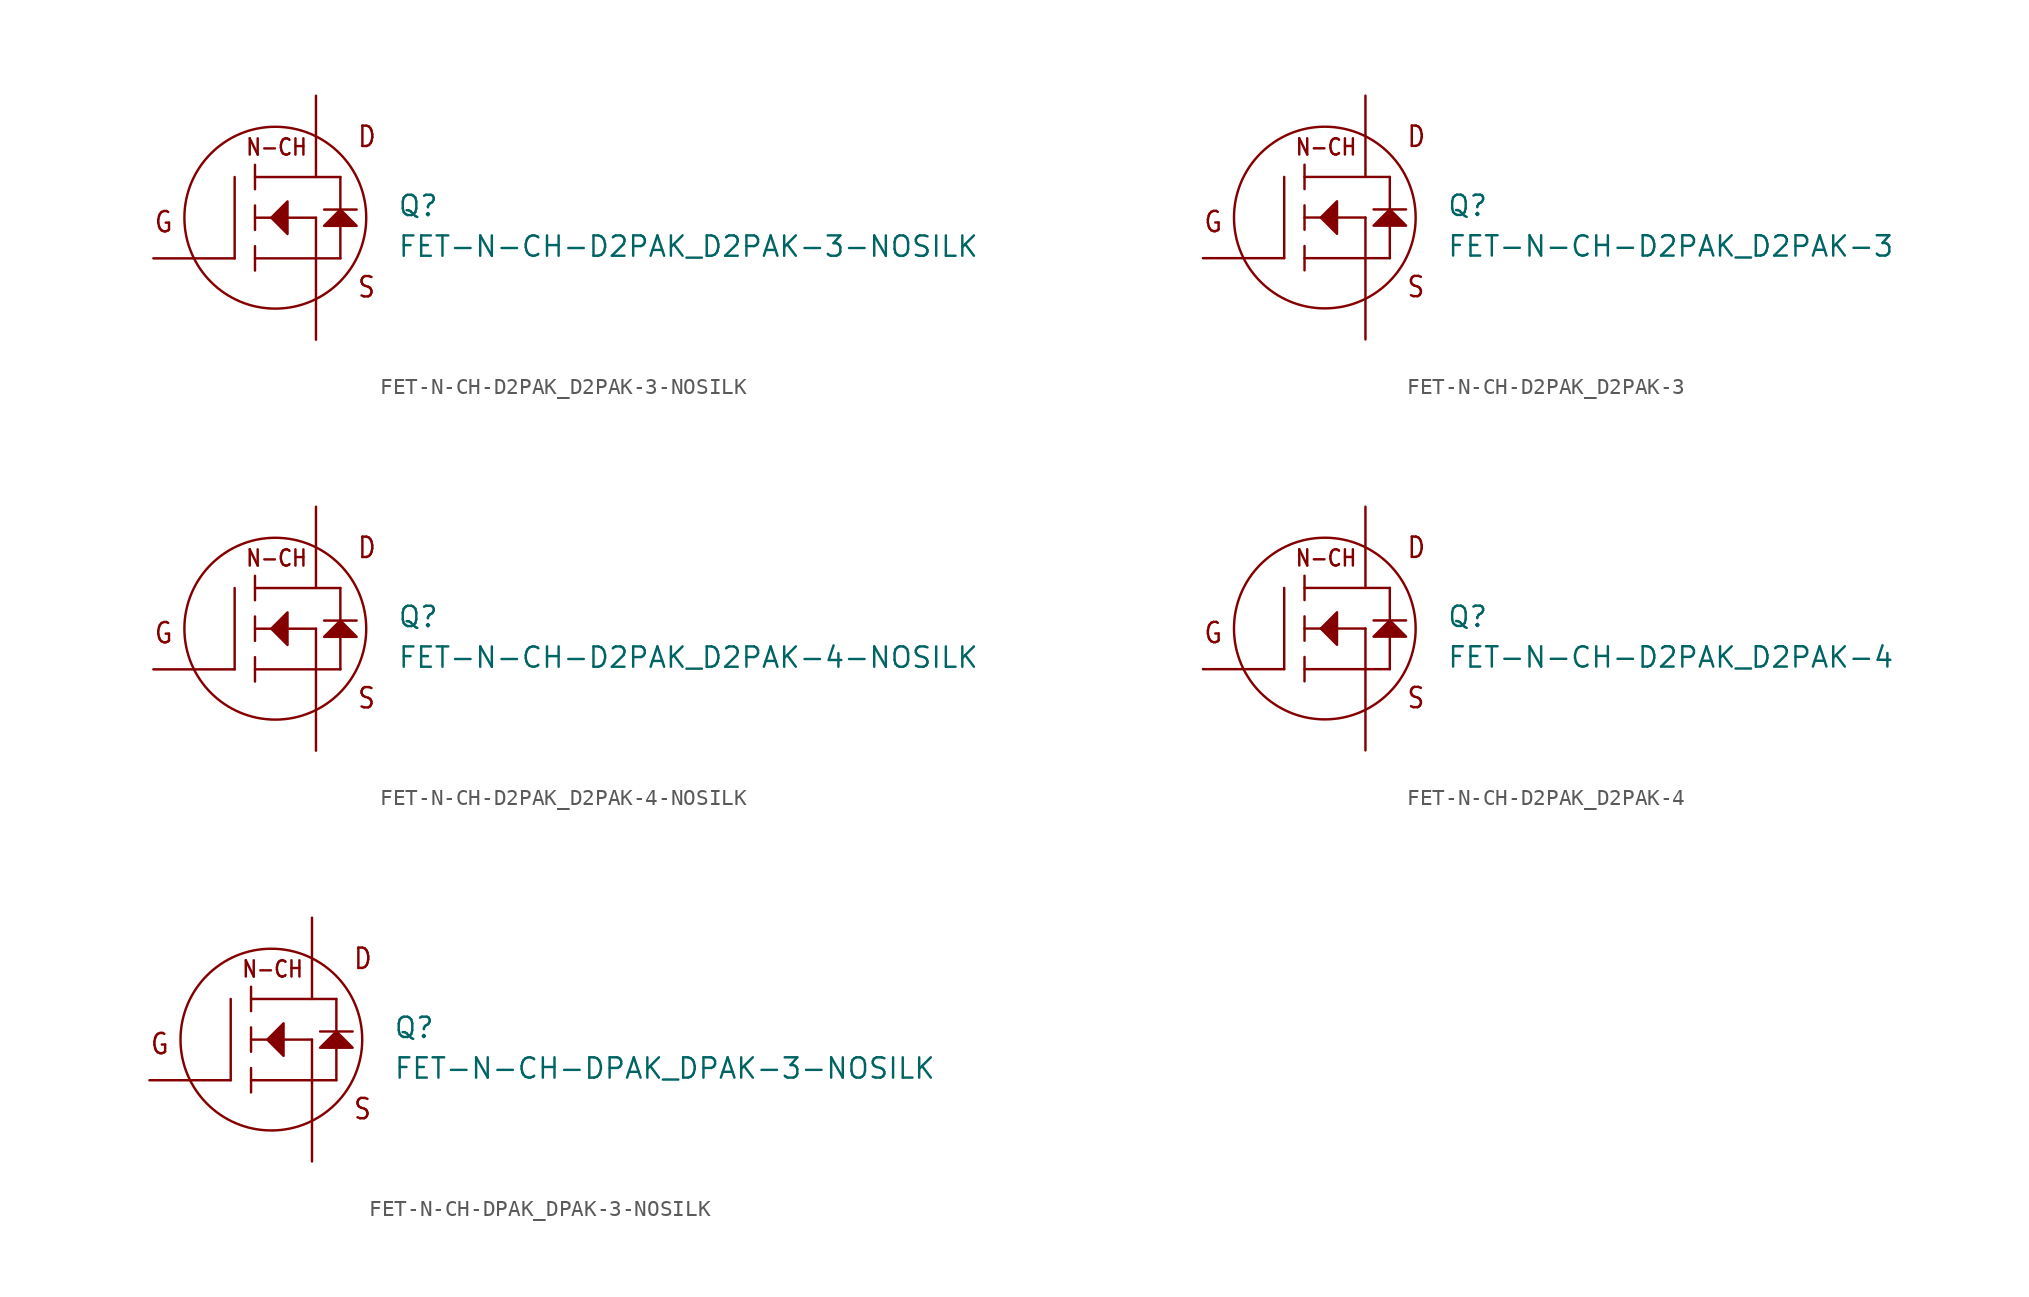
<source format=kicad_sym>
(kicad_symbol_lib
  (version 20211014)
  (generator kicad_symbol_editor)
  (symbol "FET-N-CH-D2PAK_D2PAK-3-NOSILK"
    (pin_numbers hide)
    (pin_names hide)
    (property "Reference" "Q"
      (at 7.62 0 0)
      (effects (font (size 1.27 1.27)) (justify left bottom)))
    (property "Value" "FET-N-CH-D2PAK_D2PAK-3-NOSILK"
      (at 7.62 -2.54 0)
      (effects (font (size 1.27 1.27)) (justify left bottom)))
    (property "Datasheet" ""
      (at 0 0 0))
    (property "ki_fp_filters" "FlashPCB_Transistors:D2PAK_TO-263-3_NOSILK"
      (at 0 0 0))
    (symbol "FET-N-CH-D2PAK_D2PAK-3-NOSILK_1_1"
      (text "G" (at -7.62 -1.016 0) (effects (font (size 1.27 1.086)) (justify left bottom)))
      (text "D" (at 5.08 4.318 0) (effects (font (size 1.27 1.086)) (justify left bottom)))
      (text "S" (at 5.08 -5.08 0) (effects (font (size 1.27 1.086)) (justify left bottom)))
      (text "N-CH" (at -1.905 3.81 0) (effects (font (size 1.016 0.869)) (justify left bottom)))
      (polyline (pts (xy -0.254 0) (xy 0.762 1.016) (xy 0.762 -1.016) (xy -0.254 0)) (stroke (width 0.152) (type default)) (fill (type outline)))
      (polyline (pts (xy 3.048 -0.508) (xy 5.08 -0.508) (xy 4.064 0.508) (xy 3.048 -0.508)) (stroke (width 0.152) (type default)) (fill (type outline)))
      (polyline (pts (xy -2.54 -2.54) (xy -2.54 2.54)) (stroke (width 0.152)) (fill (type none)))
      (polyline (pts (xy 2.54 -2.54) (xy -1.27 -2.54)) (stroke (width 0.152)) (fill (type none)))
      (polyline (pts (xy 2.54 -2.54) (xy 2.54 0)) (stroke (width 0.152)) (fill (type none)))
      (polyline (pts (xy 2.54 0) (xy -1.27 0)) (stroke (width 0.152)) (fill (type none)))
      (polyline (pts (xy 4.064 2.54) (xy -1.27 2.54)) (stroke (width 0.152)) (fill (type none)))
      (polyline (pts (xy -1.27 3.302) (xy -1.27 1.778)) (stroke (width 0.152)) (fill (type none)))
      (polyline (pts (xy -1.27 0.762) (xy -1.27 -0.762)) (stroke (width 0.152)) (fill (type none)))
      (polyline (pts (xy -1.27 -1.778) (xy -1.27 -3.302)) (stroke (width 0.152)) (fill (type none)))
      (polyline (pts (xy 2.54 -2.54) (xy 4.064 -2.54)) (stroke (width 0.152)) (fill (type none)))
      (polyline (pts (xy 4.064 -2.54) (xy 4.064 2.54)) (stroke (width 0.152)) (fill (type none)))
      (polyline (pts (xy 3.048 0.508) (xy 5.08 0.508)) (stroke (width 0.152)) (fill (type none)))
      (circle (center 0 0) (radius 5.68) (stroke (width 0.152) (type default)) (fill (type none)))
      (pin bidirectional line (at -7.62 -2.54 0) (length 5.08) (name "GATE" (effects (font (size 0 0)))) (number "1" (effects (font (size 0 0)))))
      (pin bidirectional line (at 2.54 -7.62 90) (length 5.08) (name "SOURCE" (effects (font (size 0 0)))) (number "3" (effects (font (size 0 0)))))
      (pin bidirectional line (at 2.54 7.62 270) (length 5.08) (name "DRAIN" (effects (font (size 0 0)))) (number "4" (effects (font (size 0 0)))))))
  (symbol "FET-N-CH-D2PAK_D2PAK-3"
    (pin_numbers hide)
    (pin_names hide)
    (property "Reference" "Q"
      (at 7.62 0 0)
      (effects (font (size 1.27 1.27)) (justify left bottom)))
    (property "Value" "FET-N-CH-D2PAK_D2PAK-3"
      (at 7.62 -2.54 0)
      (effects (font (size 1.27 1.27)) (justify left bottom)))
    (property "Datasheet" ""
      (at 0 0 0))
    (property "ki_fp_filters" "FlashPCB_Transistors:D2PAK_TO-263-3"
      (at 0 0 0))
    (symbol "FET-N-CH-D2PAK_D2PAK-3_1_1"
      (text "G" (at -7.62 -1.016 0) (effects (font (size 1.27 1.086)) (justify left bottom)))
      (text "D" (at 5.08 4.318 0) (effects (font (size 1.27 1.086)) (justify left bottom)))
      (text "S" (at 5.08 -5.08 0) (effects (font (size 1.27 1.086)) (justify left bottom)))
      (text "N-CH" (at -1.905 3.81 0) (effects (font (size 1.016 0.869)) (justify left bottom)))
      (polyline (pts (xy -0.254 0) (xy 0.762 1.016) (xy 0.762 -1.016) (xy -0.254 0)) (stroke (width 0.152) (type default)) (fill (type outline)))
      (polyline (pts (xy 3.048 -0.508) (xy 5.08 -0.508) (xy 4.064 0.508) (xy 3.048 -0.508)) (stroke (width 0.152) (type default)) (fill (type outline)))
      (polyline (pts (xy -2.54 -2.54) (xy -2.54 2.54)) (stroke (width 0.152)) (fill (type none)))
      (polyline (pts (xy 2.54 -2.54) (xy -1.27 -2.54)) (stroke (width 0.152)) (fill (type none)))
      (polyline (pts (xy 2.54 -2.54) (xy 2.54 0)) (stroke (width 0.152)) (fill (type none)))
      (polyline (pts (xy 2.54 0) (xy -1.27 0)) (stroke (width 0.152)) (fill (type none)))
      (polyline (pts (xy 4.064 2.54) (xy -1.27 2.54)) (stroke (width 0.152)) (fill (type none)))
      (polyline (pts (xy -1.27 3.302) (xy -1.27 1.778)) (stroke (width 0.152)) (fill (type none)))
      (polyline (pts (xy -1.27 0.762) (xy -1.27 -0.762)) (stroke (width 0.152)) (fill (type none)))
      (polyline (pts (xy -1.27 -1.778) (xy -1.27 -3.302)) (stroke (width 0.152)) (fill (type none)))
      (polyline (pts (xy 2.54 -2.54) (xy 4.064 -2.54)) (stroke (width 0.152)) (fill (type none)))
      (polyline (pts (xy 4.064 -2.54) (xy 4.064 2.54)) (stroke (width 0.152)) (fill (type none)))
      (polyline (pts (xy 3.048 0.508) (xy 5.08 0.508)) (stroke (width 0.152)) (fill (type none)))
      (circle (center 0 0) (radius 5.68) (stroke (width 0.152) (type default)) (fill (type none)))
      (pin bidirectional line (at -7.62 -2.54 0) (length 5.08) (name "GATE" (effects (font (size 0 0)))) (number "1" (effects (font (size 0 0)))))
      (pin bidirectional line (at 2.54 -7.62 90) (length 5.08) (name "SOURCE" (effects (font (size 0 0)))) (number "3" (effects (font (size 0 0)))))
      (pin bidirectional line (at 2.54 7.62 270) (length 5.08) (name "DRAIN" (effects (font (size 0 0)))) (number "4" (effects (font (size 0 0)))))))
  (symbol "FET-N-CH-D2PAK_D2PAK-4-NOSILK"
    (pin_numbers hide)
    (pin_names hide)
    (property "Reference" "Q"
      (at 7.62 0 0)
      (effects (font (size 1.27 1.27)) (justify left bottom)))
    (property "Value" "FET-N-CH-D2PAK_D2PAK-4-NOSILK"
      (at 7.62 -2.54 0)
      (effects (font (size 1.27 1.27)) (justify left bottom)))
    (property "Datasheet" ""
      (at 0 0 0))
    (property "ki_fp_filters" "FlashPCB_Transistors:D2PAK_TO-263-4_NOSILK"
      (at 0 0 0))
    (symbol "FET-N-CH-D2PAK_D2PAK-4-NOSILK_1_1"
      (text "G" (at -7.62 -1.016 0) (effects (font (size 1.27 1.086)) (justify left bottom)))
      (text "D" (at 5.08 4.318 0) (effects (font (size 1.27 1.086)) (justify left bottom)))
      (text "S" (at 5.08 -5.08 0) (effects (font (size 1.27 1.086)) (justify left bottom)))
      (text "N-CH" (at -1.905 3.81 0) (effects (font (size 1.016 0.869)) (justify left bottom)))
      (polyline (pts (xy -0.254 0) (xy 0.762 1.016) (xy 0.762 -1.016) (xy -0.254 0)) (stroke (width 0.152) (type default)) (fill (type outline)))
      (polyline (pts (xy 3.048 -0.508) (xy 5.08 -0.508) (xy 4.064 0.508) (xy 3.048 -0.508)) (stroke (width 0.152) (type default)) (fill (type outline)))
      (polyline (pts (xy -2.54 -2.54) (xy -2.54 2.54)) (stroke (width 0.152)) (fill (type none)))
      (polyline (pts (xy 2.54 -2.54) (xy -1.27 -2.54)) (stroke (width 0.152)) (fill (type none)))
      (polyline (pts (xy 2.54 -2.54) (xy 2.54 0)) (stroke (width 0.152)) (fill (type none)))
      (polyline (pts (xy 2.54 0) (xy -1.27 0)) (stroke (width 0.152)) (fill (type none)))
      (polyline (pts (xy 4.064 2.54) (xy -1.27 2.54)) (stroke (width 0.152)) (fill (type none)))
      (polyline (pts (xy -1.27 3.302) (xy -1.27 1.778)) (stroke (width 0.152)) (fill (type none)))
      (polyline (pts (xy -1.27 0.762) (xy -1.27 -0.762)) (stroke (width 0.152)) (fill (type none)))
      (polyline (pts (xy -1.27 -1.778) (xy -1.27 -3.302)) (stroke (width 0.152)) (fill (type none)))
      (polyline (pts (xy 2.54 -2.54) (xy 4.064 -2.54)) (stroke (width 0.152)) (fill (type none)))
      (polyline (pts (xy 4.064 -2.54) (xy 4.064 2.54)) (stroke (width 0.152)) (fill (type none)))
      (polyline (pts (xy 3.048 0.508) (xy 5.08 0.508)) (stroke (width 0.152)) (fill (type none)))
      (circle (center 0 0) (radius 5.68) (stroke (width 0.152) (type default)) (fill (type none)))
      (pin bidirectional line (at -7.62 -2.54 0) (length 5.08) (name "GATE" (effects (font (size 0 0)))) (number "1" (effects (font (size 0 0)))))
      (pin bidirectional line (at 2.54 -7.62 90) (length 5.08) (name "SOURCE" (effects (font (size 0 0)))) (number "3" (effects (font (size 0 0)))))
      (pin bidirectional line (at 2.54 7.62 270) (length 5.08) (name "DRAIN" (effects (font (size 0 0)))) (number "2" (effects (font (size 0 0)))))
      (pin bidirectional line (at 2.54 7.62 270) (length 5.08) hide (name "DRAIN" (effects (font (size 0 0)))) (number "4" (effects (font (size 0 0)))))))
  (symbol "FET-N-CH-D2PAK_D2PAK-4"
    (pin_numbers hide)
    (pin_names hide)
    (property "Reference" "Q"
      (at 7.62 0 0)
      (effects (font (size 1.27 1.27)) (justify left bottom)))
    (property "Value" "FET-N-CH-D2PAK_D2PAK-4"
      (at 7.62 -2.54 0)
      (effects (font (size 1.27 1.27)) (justify left bottom)))
    (property "Datasheet" ""
      (at 0 0 0))
    (property "ki_fp_filters" "FlashPCB_Transistors:D2PAK_TO-263-4"
      (at 0 0 0))
    (symbol "FET-N-CH-D2PAK_D2PAK-4_1_1"
      (text "G" (at -7.62 -1.016 0) (effects (font (size 1.27 1.086)) (justify left bottom)))
      (text "D" (at 5.08 4.318 0) (effects (font (size 1.27 1.086)) (justify left bottom)))
      (text "S" (at 5.08 -5.08 0) (effects (font (size 1.27 1.086)) (justify left bottom)))
      (text "N-CH" (at -1.905 3.81 0) (effects (font (size 1.016 0.869)) (justify left bottom)))
      (polyline (pts (xy -0.254 0) (xy 0.762 1.016) (xy 0.762 -1.016) (xy -0.254 0)) (stroke (width 0.152) (type default)) (fill (type outline)))
      (polyline (pts (xy 3.048 -0.508) (xy 5.08 -0.508) (xy 4.064 0.508) (xy 3.048 -0.508)) (stroke (width 0.152) (type default)) (fill (type outline)))
      (polyline (pts (xy -2.54 -2.54) (xy -2.54 2.54)) (stroke (width 0.152)) (fill (type none)))
      (polyline (pts (xy 2.54 -2.54) (xy -1.27 -2.54)) (stroke (width 0.152)) (fill (type none)))
      (polyline (pts (xy 2.54 -2.54) (xy 2.54 0)) (stroke (width 0.152)) (fill (type none)))
      (polyline (pts (xy 2.54 0) (xy -1.27 0)) (stroke (width 0.152)) (fill (type none)))
      (polyline (pts (xy 4.064 2.54) (xy -1.27 2.54)) (stroke (width 0.152)) (fill (type none)))
      (polyline (pts (xy -1.27 3.302) (xy -1.27 1.778)) (stroke (width 0.152)) (fill (type none)))
      (polyline (pts (xy -1.27 0.762) (xy -1.27 -0.762)) (stroke (width 0.152)) (fill (type none)))
      (polyline (pts (xy -1.27 -1.778) (xy -1.27 -3.302)) (stroke (width 0.152)) (fill (type none)))
      (polyline (pts (xy 2.54 -2.54) (xy 4.064 -2.54)) (stroke (width 0.152)) (fill (type none)))
      (polyline (pts (xy 4.064 -2.54) (xy 4.064 2.54)) (stroke (width 0.152)) (fill (type none)))
      (polyline (pts (xy 3.048 0.508) (xy 5.08 0.508)) (stroke (width 0.152)) (fill (type none)))
      (circle (center 0 0) (radius 5.68) (stroke (width 0.152) (type default)) (fill (type none)))
      (pin bidirectional line (at -7.62 -2.54 0) (length 5.08) (name "GATE" (effects (font (size 0 0)))) (number "1" (effects (font (size 0 0)))))
      (pin bidirectional line (at 2.54 -7.62 90) (length 5.08) (name "SOURCE" (effects (font (size 0 0)))) (number "3" (effects (font (size 0 0)))))
      (pin bidirectional line (at 2.54 7.62 270) (length 5.08) (name "DRAIN" (effects (font (size 0 0)))) (number "2" (effects (font (size 0 0)))))
      (pin bidirectional line (at 2.54 7.62 270) (length 5.08) hide (name "DRAIN" (effects (font (size 0 0)))) (number "4" (effects (font (size 0 0)))))))
  (symbol "FET-N-CH-DPAK_DPAK-3-NOSILK"
    (pin_numbers hide)
    (pin_names hide)
    (property "Reference" "Q"
      (at 7.62 0 0)
      (effects (font (size 1.27 1.27)) (justify left bottom)))
    (property "Value" "FET-N-CH-DPAK_DPAK-3-NOSILK"
      (at 7.62 -2.54 0)
      (effects (font (size 1.27 1.27)) (justify left bottom)))
    (property "Datasheet" ""
      (at 0 0 0))
    (property "ki_fp_filters" "FlashPCB_Transistors:DPAK_TO-252-3_NOSILK"
      (at 0 0 0))
    (symbol "FET-N-CH-DPAK_DPAK-3-NOSILK_1_1"
      (text "G" (at -7.62 -1.016 0) (effects (font (size 1.27 1.086)) (justify left bottom)))
      (text "D" (at 5.08 4.318 0) (effects (font (size 1.27 1.086)) (justify left bottom)))
      (text "S" (at 5.08 -5.08 0) (effects (font (size 1.27 1.086)) (justify left bottom)))
      (text "N-CH" (at -1.905 3.81 0) (effects (font (size 1.016 0.869)) (justify left bottom)))
      (polyline (pts (xy -0.254 0) (xy 0.762 1.016) (xy 0.762 -1.016) (xy -0.254 0)) (stroke (width 0.152) (type default)) (fill (type outline)))
      (polyline (pts (xy 3.048 -0.508) (xy 5.08 -0.508) (xy 4.064 0.508) (xy 3.048 -0.508)) (stroke (width 0.152) (type default)) (fill (type outline)))
      (polyline (pts (xy -2.54 -2.54) (xy -2.54 2.54)) (stroke (width 0.152)) (fill (type none)))
      (polyline (pts (xy 2.54 -2.54) (xy -1.27 -2.54)) (stroke (width 0.152)) (fill (type none)))
      (polyline (pts (xy 2.54 -2.54) (xy 2.54 0)) (stroke (width 0.152)) (fill (type none)))
      (polyline (pts (xy 2.54 0) (xy -1.27 0)) (stroke (width 0.152)) (fill (type none)))
      (polyline (pts (xy 4.064 2.54) (xy -1.27 2.54)) (stroke (width 0.152)) (fill (type none)))
      (polyline (pts (xy -1.27 3.302) (xy -1.27 1.778)) (stroke (width 0.152)) (fill (type none)))
      (polyline (pts (xy -1.27 0.762) (xy -1.27 -0.762)) (stroke (width 0.152)) (fill (type none)))
      (polyline (pts (xy -1.27 -1.778) (xy -1.27 -3.302)) (stroke (width 0.152)) (fill (type none)))
      (polyline (pts (xy 2.54 -2.54) (xy 4.064 -2.54)) (stroke (width 0.152)) (fill (type none)))
      (polyline (pts (xy 4.064 -2.54) (xy 4.064 2.54)) (stroke (width 0.152)) (fill (type none)))
      (polyline (pts (xy 3.048 0.508) (xy 5.08 0.508)) (stroke (width 0.152)) (fill (type none)))
      (circle (center 0 0) (radius 5.68) (stroke (width 0.152) (type default)) (fill (type none)))
      (pin bidirectional line (at -7.62 -2.54 0) (length 5.08) (name "GATE" (effects (font (size 0 0)))) (number "1" (effects (font (size 0 0)))))
      (pin bidirectional line (at 2.54 -7.62 90) (length 5.08) (name "SOURCE" (effects (font (size 0 0)))) (number "3" (effects (font (size 0 0)))))
      (pin bidirectional line (at 2.54 7.62 270) (length 5.08) (name "DRAIN" (effects (font (size 0 0)))) (number "4" (effects (font (size 0 0))))))))
</source>
